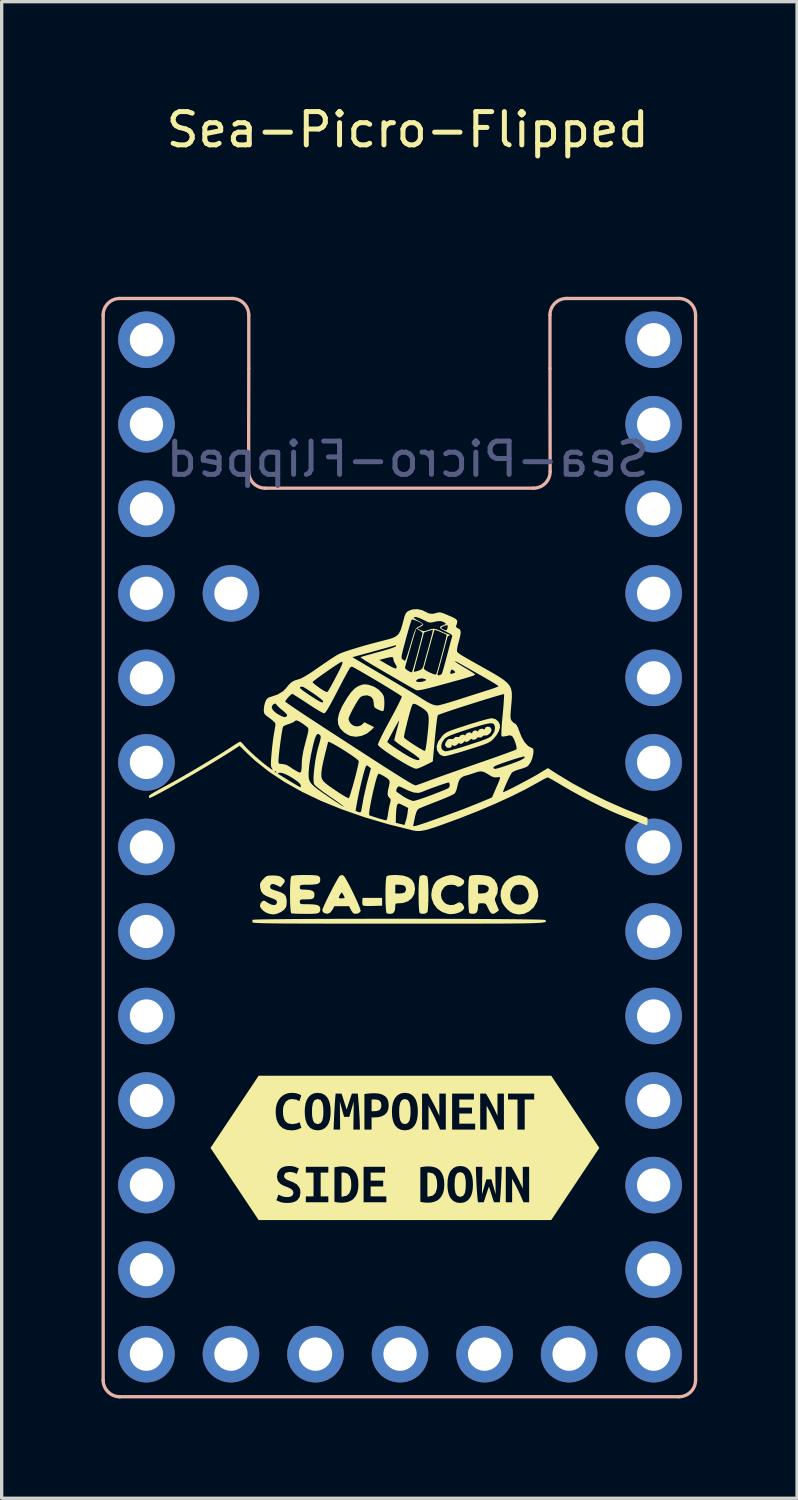
<source format=kicad_pcb>
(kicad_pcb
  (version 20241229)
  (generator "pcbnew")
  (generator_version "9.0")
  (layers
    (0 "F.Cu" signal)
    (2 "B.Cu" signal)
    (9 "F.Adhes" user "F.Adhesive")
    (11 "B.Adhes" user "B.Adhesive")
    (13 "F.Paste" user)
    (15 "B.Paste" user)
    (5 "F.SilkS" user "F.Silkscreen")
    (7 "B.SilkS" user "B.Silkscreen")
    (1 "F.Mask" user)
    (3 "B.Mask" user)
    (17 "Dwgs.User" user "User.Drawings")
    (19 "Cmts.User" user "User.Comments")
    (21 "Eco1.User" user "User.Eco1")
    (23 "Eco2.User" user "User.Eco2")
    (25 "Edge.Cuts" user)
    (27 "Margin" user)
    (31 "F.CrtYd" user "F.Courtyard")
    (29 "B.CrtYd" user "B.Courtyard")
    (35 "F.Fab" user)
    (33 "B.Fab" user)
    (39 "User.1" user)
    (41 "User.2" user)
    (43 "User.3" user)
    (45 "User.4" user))
  (footprint "Sea-Picro-Flipped"
    (layer "F.Cu")
    (at 9 22.398)
    (property "Reference" "Sea-Picro-Flipped" (at 0.2 -21.55 0) (unlocked yes) (layer "F.SilkS") (effects (font (size 1 1) (thickness 0.15))))
    (attr through_hole)
    (fp_poly (pts (xy -0.568 1.765) (xy -0.854 1.773) (xy -0.992 1.776) (xy -1.081 1.772) (xy -1.132 1.762) (xy -1.155 1.743) (xy -1.156 1.739) (xy -1.165 1.68) (xy -1.163 1.614) (xy -1.154 1.531) (xy -0.568 1.531)) (stroke (width 0) (type solid)) (fill yes) (layer "F.SilkS"))
    (fp_poly (pts (xy -0.779 7.587) (xy -0.832 7.588) (xy -0.885 7.592) (xy -0.885 7.941) (xy -0.798 7.941) (xy -0.708 7.931) (xy -0.643 7.9) (xy -0.603 7.845) (xy -0.59 7.76) (xy -0.603 7.679) (xy -0.642 7.626) (xy -0.702 7.597) (xy -0.779 7.587)) (stroke (width 0) (type solid)) (fill yes) (layer "F.SilkS"))
    (fp_poly (pts (xy -1.789 10.504) (xy -1.77 10.506) (xy -1.751 10.506) (xy -1.63 10.478) (xy -1.551 10.402) (xy -1.508 10.288) (xy -1.498 10.219) (xy -1.495 10.143) (xy -1.505 10.008) (xy -1.541 9.893) (xy -1.612 9.813) (xy -1.727 9.783) (xy -1.758 9.784) (xy -1.789 9.788) (xy -1.789 10.504)) (stroke (width 0) (type solid)) (fill yes) (layer "F.SilkS"))
    (fp_poly (pts (xy 0.792 10.504) (xy 0.811 10.506) (xy 0.83 10.506) (xy 0.951 10.478) (xy 1.03 10.402) (xy 1.073 10.288) (xy 1.083 10.219) (xy 1.086 10.143) (xy 1.076 10.008) (xy 1.039 9.893) (xy 0.969 9.813) (xy 0.854 9.783) (xy 0.823 9.784) (xy 0.792 9.788) (xy 0.792 10.504)) (stroke (width 0) (type solid)) (fill yes) (layer "F.SilkS"))
    (fp_poly (pts (xy 1.609 10.143) (xy 1.61 10.218) (xy 1.615 10.288) (xy 1.639 10.406) (xy 1.69 10.485) (xy 1.778 10.514) (xy 1.864 10.485) (xy 1.916 10.405) (xy 1.94 10.287) (xy 1.946 10.143) (xy 1.945 10.068) (xy 1.94 9.997) (xy 1.916 9.879) (xy 1.865 9.8) (xy 1.778 9.771) (xy 1.69 9.8) (xy 1.639 9.88) (xy 1.615 9.998) (xy 1.609 10.143)) (stroke (width 0) (type solid)) (fill yes) (layer "F.SilkS"))
    (fp_poly (pts (xy -2.675 7.952) (xy -2.674 8.028) (xy -2.669 8.099) (xy -2.645 8.219) (xy -2.593 8.299) (xy -2.504 8.329) (xy -2.416 8.299) (xy -2.364 8.218) (xy -2.339 8.098) (xy -2.335 8.028) (xy -2.333 7.952) (xy -2.335 7.876) (xy -2.339 7.804) (xy -2.364 7.685) (xy -2.415 7.604) (xy -2.504 7.575) (xy -2.593 7.604) (xy -2.645 7.685) (xy -2.669 7.805) (xy -2.674 7.876) (xy -2.675 7.952)) (stroke (width 0) (type solid)) (fill yes) (layer "F.SilkS"))
    (fp_poly (pts (xy -0.056 7.952) (xy -0.054 8.028) (xy -0.05 8.099) (xy -0.025 8.219) (xy 0.026 8.299) (xy 0.115 8.329) (xy 0.203 8.299) (xy 0.256 8.218) (xy 0.28 8.098) (xy 0.285 8.028) (xy 0.286 7.952) (xy 0.285 7.876) (xy 0.28 7.804) (xy 0.256 7.685) (xy 0.204 7.604) (xy 0.115 7.575) (xy 0.026 7.604) (xy -0.025 7.685) (xy -0.05 7.805) (xy -0.054 7.876) (xy -0.056 7.952)) (stroke (width 0) (type solid)) (fill yes) (layer "F.SilkS"))
    (fp_poly (pts (xy 0.708 0.847) (xy 0.774 0.878) (xy 0.791 0.9) (xy 0.802 0.949) (xy 0.811 1.047) (xy 0.818 1.182) (xy 0.821 1.345) (xy 0.822 1.428) (xy 0.82 1.601) (xy 0.815 1.751) (xy 0.807 1.868) (xy 0.797 1.941) (xy 0.791 1.957) (xy 0.739 1.999) (xy 0.657 2.012) (xy 0.566 1.994) (xy 0.566 1.994) (xy 0.552 1.961) (xy 0.541 1.88) (xy 0.533 1.764) (xy 0.529 1.622) (xy 0.527 1.468) (xy 0.527 1.31) (xy 0.531 1.162) (xy 0.538 1.034) (xy 0.548 0.938) (xy 0.56 0.884) (xy 0.564 0.878) (xy 0.629 0.847)) (stroke (width 0) (type solid)) (fill yes) (layer "F.SilkS"))
    (fp_poly (pts (xy 1.609 0.856) (xy 1.714 0.891) (xy 1.809 0.938) (xy 1.877 0.99) (xy 1.9 1.028) (xy 1.888 1.092) (xy 1.842 1.148) (xy 1.777 1.186) (xy 1.711 1.197) (xy 1.66 1.172) (xy 1.656 1.165) (xy 1.618 1.147) (xy 1.543 1.137) (xy 1.505 1.136) (xy 1.407 1.145) (xy 1.334 1.18) (xy 1.288 1.221) (xy 1.219 1.327) (xy 1.198 1.446) (xy 1.224 1.564) (xy 1.294 1.665) (xy 1.368 1.718) (xy 1.473 1.747) (xy 1.582 1.741) (xy 1.657 1.707) (xy 1.723 1.673) (xy 1.765 1.663) (xy 1.818 1.687) (xy 1.867 1.744) (xy 1.896 1.811) (xy 1.894 1.851) (xy 1.841 1.918) (xy 1.745 1.972) (xy 1.623 2.008) (xy 1.491 2.02) (xy 1.407 2.013) (xy 1.232 1.955) (xy 1.088 1.853) (xy 0.982 1.714) (xy 0.921 1.549) (xy 0.909 1.428) (xy 0.929 1.287) (xy 0.98 1.146) (xy 1.049 1.038) (xy 1.13 0.974) (xy 1.245 0.914) (xy 1.372 0.868) (xy 1.487 0.845) (xy 1.51 0.843)) (stroke (width 0) (type solid)) (fill yes) (layer "F.SilkS"))
    (fp_poly (pts (xy 3.709 0.87) (xy 3.809 0.911) (xy 3.954 1.018) (xy 4.056 1.156) (xy 4.113 1.313) (xy 4.123 1.481) (xy 4.084 1.648) (xy 3.995 1.803) (xy 3.974 1.827) (xy 3.845 1.94) (xy 3.7 2.009) (xy 3.551 2.029) (xy 3.499 2.023) (xy 3.421 2.007) (xy 3.374 1.997) (xy 3.29 1.957) (xy 3.196 1.88) (xy 3.109 1.782) (xy 3.043 1.678) (xy 3.029 1.646) (xy 2.99 1.476) (xy 2.991 1.457) (xy 3.278 1.457) (xy 3.297 1.576) (xy 3.31 1.605) (xy 3.383 1.686) (xy 3.485 1.73) (xy 3.598 1.735) (xy 3.705 1.7) (xy 3.77 1.647) (xy 3.826 1.542) (xy 3.837 1.418) (xy 3.804 1.295) (xy 3.76 1.226) (xy 3.697 1.165) (xy 3.629 1.14) (xy 3.558 1.136) (xy 3.466 1.144) (xy 3.402 1.177) (xy 3.355 1.226) (xy 3.298 1.332) (xy 3.278 1.457) (xy 2.991 1.457) (xy 3.001 1.314) (xy 3.055 1.165) (xy 3.143 1.038) (xy 3.26 0.938) (xy 3.398 0.872) (xy 3.55 0.847)) (stroke (width 0) (type solid)) (fill yes) (layer "F.SilkS"))
    (fp_poly (pts (xy 0.056 0.859) (xy 0.217 0.909) (xy 0.33 0.992) (xy 0.398 1.109) (xy 0.421 1.262) (xy 0.421 1.267) (xy 0.395 1.419) (xy 0.321 1.543) (xy 0.207 1.634) (xy 0.058 1.684) (xy -0.041 1.692) (xy -0.122 1.694) (xy -0.161 1.708) (xy -0.173 1.748) (xy -0.173 1.796) (xy -0.188 1.917) (xy -0.233 1.988) (xy -0.308 2.011) (xy -0.313 2.011) (xy -0.387 2.004) (xy -0.429 1.994) (xy -0.443 1.961) (xy -0.454 1.88) (xy -0.461 1.764) (xy -0.466 1.622) (xy -0.468 1.468) (xy -0.468 1.399) (xy -0.173 1.399) (xy -0.048 1.399) (xy 0.039 1.391) (xy 0.102 1.372) (xy 0.113 1.364) (xy 0.143 1.307) (xy 0.149 1.267) (xy 0.129 1.193) (xy 0.067 1.15) (xy -0.042 1.136) (xy -0.048 1.136) (xy -0.173 1.136) (xy -0.173 1.399) (xy -0.468 1.399) (xy -0.468 1.31) (xy -0.464 1.162) (xy -0.457 1.034) (xy -0.447 0.938) (xy -0.435 0.884) (xy -0.431 0.878) (xy -0.381 0.859) (xy -0.283 0.847) (xy -0.152 0.843)) (stroke (width 0) (type solid)) (fill yes) (layer "F.SilkS"))
    (fp_poly (pts (xy -1.732 0.859) (xy -1.699 0.896) (xy -1.649 0.977) (xy -1.587 1.089) (xy -1.517 1.224) (xy -1.444 1.37) (xy -1.374 1.518) (xy -1.31 1.658) (xy -1.259 1.779) (xy -1.225 1.872) (xy -1.213 1.925) (xy -1.214 1.93) (xy -1.256 1.979) (xy -1.329 2.008) (xy -1.406 2.007) (xy -1.417 2.003) (xy -1.458 1.967) (xy -1.502 1.9) (xy -1.51 1.883) (xy -1.56 1.78) (xy -2.002 1.78) (xy -2.061 1.889) (xy -2.131 1.976) (xy -2.215 2.01) (xy -2.308 1.988) (xy -2.317 1.983) (xy -2.358 1.935) (xy -2.366 1.902) (xy -2.352 1.855) (xy -2.315 1.767) (xy -2.261 1.649) (xy -2.205 1.532) (xy -1.871 1.532) (xy -1.845 1.542) (xy -1.784 1.545) (xy -1.783 1.545) (xy -1.721 1.542) (xy -1.695 1.532) (xy -1.695 1.532) (xy -1.707 1.49) (xy -1.736 1.432) (xy -1.766 1.384) (xy -1.783 1.37) (xy -1.806 1.393) (xy -1.837 1.445) (xy -1.863 1.501) (xy -1.871 1.532) (xy -2.205 1.532) (xy -2.195 1.513) (xy -2.122 1.367) (xy -2.047 1.222) (xy -1.976 1.089) (xy -1.913 0.977) (xy -1.865 0.897) (xy -1.835 0.86) (xy -1.834 0.859) (xy -1.764 0.846)) (stroke (width 0) (type solid)) (fill yes) (layer "F.SilkS"))
    (fp_poly (pts (xy 2.457 0.849) (xy 2.577 0.866) (xy 2.673 0.892) (xy 2.695 0.902) (xy 2.806 0.989) (xy 2.879 1.109) (xy 2.91 1.247) (xy 2.895 1.388) (xy 2.856 1.478) (xy 2.828 1.53) (xy 2.819 1.573) (xy 2.83 1.627) (xy 2.863 1.712) (xy 2.872 1.735) (xy 2.942 1.903) (xy 2.873 1.958) (xy 2.795 2.007) (xy 2.732 2.008) (xy 2.676 1.957) (xy 2.62 1.853) (xy 2.578 1.763) (xy 2.545 1.715) (xy 2.504 1.696) (xy 2.441 1.692) (xy 2.431 1.692) (xy 2.356 1.695) (xy 2.323 1.714) (xy 2.314 1.764) (xy 2.314 1.796) (xy 2.299 1.917) (xy 2.255 1.988) (xy 2.179 2.011) (xy 2.174 2.011) (xy 2.101 2.004) (xy 2.058 1.994) (xy 2.044 1.961) (xy 2.034 1.88) (xy 2.026 1.764) (xy 2.021 1.622) (xy 2.019 1.468) (xy 2.019 1.399) (xy 2.314 1.399) (xy 2.429 1.399) (xy 2.519 1.387) (xy 2.585 1.357) (xy 2.59 1.353) (xy 2.637 1.279) (xy 2.63 1.214) (xy 2.577 1.164) (xy 2.481 1.138) (xy 2.44 1.136) (xy 2.314 1.136) (xy 2.314 1.399) (xy 2.019 1.399) (xy 2.02 1.31) (xy 2.024 1.162) (xy 2.03 1.034) (xy 2.04 0.938) (xy 2.053 0.884) (xy 2.056 0.878) (xy 2.112 0.855) (xy 2.208 0.843) (xy 2.328 0.841)) (stroke (width 0) (type solid)) (fill yes) (layer "F.SilkS"))
    (fp_poly (pts (xy -0.972 -4.871) (xy -0.952 -4.866) (xy -0.807 -4.813) (xy -0.674 -4.727) (xy -0.571 -4.621) (xy -0.525 -4.542) (xy -0.509 -4.472) (xy -0.501 -4.373) (xy -0.502 -4.265) (xy -0.51 -4.167) (xy -0.525 -4.099) (xy -0.534 -4.083) (xy -0.57 -4.082) (xy -0.639 -4.105) (xy -0.686 -4.126) (xy -0.765 -4.168) (xy -0.803 -4.206) (xy -0.816 -4.261) (xy -0.817 -4.303) (xy -0.838 -4.428) (xy -0.898 -4.511) (xy -0.998 -4.551) (xy -1.046 -4.554) (xy -1.15 -4.539) (xy -1.22 -4.503) (xy -1.263 -4.451) (xy -1.321 -4.362) (xy -1.387 -4.251) (xy -1.453 -4.132) (xy -1.511 -4.017) (xy -1.555 -3.92) (xy -1.577 -3.856) (xy -1.578 -3.846) (xy -1.559 -3.782) (xy -1.514 -3.71) (xy -1.509 -3.703) (xy -1.42 -3.639) (xy -1.314 -3.62) (xy -1.212 -3.648) (xy -1.163 -3.685) (xy -1.101 -3.747) (xy -0.81 -3.6) (xy -0.894 -3.512) (xy -1.033 -3.402) (xy -1.194 -3.334) (xy -1.363 -3.31) (xy -1.524 -3.336) (xy -1.548 -3.345) (xy -1.619 -3.382) (xy -1.702 -3.436) (xy -1.716 -3.447) (xy -1.826 -3.557) (xy -1.888 -3.683) (xy -1.901 -3.831) (xy -1.866 -4.002) (xy -1.782 -4.201) (xy -1.724 -4.307) (xy -1.609 -4.497) (xy -1.507 -4.64) (xy -1.412 -4.743) (xy -1.316 -4.814) (xy -1.238 -4.851) (xy -1.148 -4.88) (xy -1.07 -4.886)) (stroke (width 0) (type solid)) (fill yes) (layer "F.SilkS"))
    (fp_poly (pts (xy -3.727 0.863) (xy -3.642 0.883) (xy -3.579 0.918) (xy -3.51 0.978) (xy -3.491 1.029) (xy -3.52 1.088) (xy -3.55 1.125) (xy -3.622 1.209) (xy -3.723 1.155) (xy -3.825 1.115) (xy -3.895 1.118) (xy -3.93 1.164) (xy -3.934 1.193) (xy -3.927 1.233) (xy -3.899 1.263) (xy -3.836 1.291) (xy -3.743 1.319) (xy -3.604 1.367) (xy -3.513 1.418) (xy -3.462 1.484) (xy -3.439 1.574) (xy -3.436 1.648) (xy -3.441 1.749) (xy -3.461 1.816) (xy -3.505 1.875) (xy -3.524 1.895) (xy -3.603 1.952) (xy -3.705 1.999) (xy -3.805 2.026) (xy -3.875 2.026) (xy -3.924 2.015) (xy -3.983 2.002) (xy -4.071 1.965) (xy -4.154 1.904) (xy -4.217 1.832) (xy -4.241 1.767) (xy -4.22 1.697) (xy -4.183 1.648) (xy -4.145 1.619) (xy -4.11 1.615) (xy -4.06 1.641) (xy -4.01 1.675) (xy -3.908 1.73) (xy -3.82 1.748) (xy -3.757 1.73) (xy -3.729 1.676) (xy -3.729 1.664) (xy -3.736 1.622) (xy -3.766 1.59) (xy -3.831 1.559) (xy -3.915 1.528) (xy -4.056 1.471) (xy -4.149 1.41) (xy -4.203 1.335) (xy -4.23 1.236) (xy -4.233 1.216) (xy -4.238 1.132) (xy -4.222 1.072) (xy -4.178 1.009) (xy -4.144 0.971) (xy -4.085 0.91) (xy -4.034 0.876) (xy -3.972 0.861) (xy -3.877 0.858) (xy -3.85 0.858)) (stroke (width 0) (type solid)) (fill yes) (layer "F.SilkS"))
    (fp_poly (pts (xy -2.708 0.845) (xy -2.585 0.851) (xy -2.504 0.865) (xy -2.457 0.889) (xy -2.434 0.927) (xy -2.427 0.981) (xy -2.427 0.994) (xy -2.437 1.055) (xy -2.475 1.096) (xy -2.549 1.121) (xy -2.665 1.133) (xy -2.79 1.136) (xy -2.911 1.136) (xy -2.986 1.141) (xy -3.024 1.152) (xy -3.039 1.173) (xy -3.041 1.208) (xy -3.041 1.209) (xy -3.036 1.253) (xy -3.012 1.274) (xy -2.953 1.281) (xy -2.897 1.282) (xy -2.749 1.292) (xy -2.653 1.324) (xy -2.607 1.377) (xy -2.602 1.411) (xy -2.607 1.492) (xy -2.631 1.541) (xy -2.684 1.566) (xy -2.779 1.574) (xy -2.839 1.575) (xy -2.945 1.576) (xy -3.006 1.582) (xy -3.033 1.599) (xy -3.041 1.63) (xy -3.041 1.648) (xy -3.039 1.684) (xy -3.023 1.706) (xy -2.982 1.717) (xy -2.905 1.721) (xy -2.809 1.721) (xy -2.647 1.726) (xy -2.535 1.741) (xy -2.466 1.77) (xy -2.433 1.816) (xy -2.427 1.861) (xy -2.431 1.919) (xy -2.45 1.96) (xy -2.491 1.988) (xy -2.564 2.003) (xy -2.676 2.01) (xy -2.836 2.012) (xy -2.879 2.011) (xy -3.025 2.009) (xy -3.151 2.006) (xy -3.245 2.001) (xy -3.294 1.995) (xy -3.297 1.994) (xy -3.311 1.961) (xy -3.321 1.88) (xy -3.329 1.764) (xy -3.334 1.622) (xy -3.336 1.468) (xy -3.335 1.31) (xy -3.331 1.162) (xy -3.325 1.034) (xy -3.315 0.938) (xy -3.302 0.884) (xy -3.299 0.878) (xy -3.252 0.861) (xy -3.151 0.85) (xy -2.994 0.844) (xy -2.88 0.843)) (stroke (width 0) (type solid)) (fill yes) (layer "F.SilkS"))
    (fp_poly (pts (xy -0.038 2.158) (xy 0.401 2.158) (xy 0.836 2.159) (xy 1.263 2.16) (xy 1.677 2.161) (xy 2.076 2.163) (xy 2.455 2.165) (xy 2.81 2.167) (xy 3.138 2.169) (xy 3.434 2.172) (xy 3.694 2.175) (xy 3.915 2.179) (xy 4.093 2.182) (xy 4.223 2.186) (xy 4.303 2.191) (xy 4.327 2.194) (xy 4.341 2.209) (xy 4.352 2.223) (xy 4.357 2.235) (xy 4.352 2.246) (xy 4.336 2.256) (xy 4.306 2.264) (xy 4.259 2.272) (xy 4.192 2.279) (xy 4.102 2.284) (xy 3.988 2.289) (xy 3.847 2.293) (xy 3.675 2.297) (xy 3.47 2.299) (xy 3.229 2.302) (xy 2.951 2.303) (xy 2.631 2.304) (xy 2.268 2.305) (xy 1.859 2.306) (xy 1.402 2.306) (xy 0.892 2.306) (xy 0.329 2.306) (xy -0.075 2.306) (xy -0.674 2.306) (xy -1.216 2.306) (xy -1.705 2.306) (xy -2.144 2.305) (xy -2.534 2.304) (xy -2.88 2.304) (xy -3.183 2.302) (xy -3.446 2.301) (xy -3.671 2.299) (xy -3.862 2.297) (xy -4.021 2.294) (xy -4.151 2.292) (xy -4.254 2.288) (xy -4.333 2.285) (xy -4.391 2.28) (xy -4.43 2.276) (xy -4.454 2.27) (xy -4.463 2.265) (xy -4.464 2.264) (xy -4.468 2.208) (xy -4.461 2.191) (xy -4.43 2.186) (xy -4.344 2.182) (xy -4.207 2.178) (xy -4.023 2.175) (xy -3.797 2.172) (xy -3.532 2.169) (xy -3.231 2.166) (xy -2.9 2.164) (xy -2.541 2.162) (xy -2.159 2.161) (xy -1.758 2.159) (xy -1.341 2.159) (xy -0.913 2.158) (xy -0.478 2.158)) (stroke (width 0) (type solid)) (fill yes) (layer "F.SilkS"))
    (fp_poly (pts (xy 2.658 -3.607) (xy 2.684 -3.59) (xy 2.72 -3.527) (xy 2.703 -3.457) (xy 2.661 -3.403) (xy 2.584 -3.351) (xy 2.531 -3.349) (xy 2.468 -3.343) (xy 2.447 -3.319) (xy 2.406 -3.288) (xy 2.357 -3.29) (xy 2.303 -3.292) (xy 2.285 -3.278) (xy 2.26 -3.245) (xy 2.207 -3.224) (xy 2.153 -3.222) (xy 2.132 -3.235) (xy 2.103 -3.247) (xy 2.074 -3.221) (xy 2.024 -3.177) (xy 1.973 -3.154) (xy 1.938 -3.158) (xy 1.934 -3.172) (xy 1.92 -3.182) (xy 1.897 -3.161) (xy 1.847 -3.116) (xy 1.795 -3.095) (xy 1.761 -3.102) (xy 1.757 -3.116) (xy 1.744 -3.129) (xy 1.72 -3.105) (xy 1.661 -3.054) (xy 1.598 -3.034) (xy 1.552 -3.05) (xy 1.549 -3.055) (xy 1.529 -3.072) (xy 1.524 -3.041) (xy 1.511 -2.998) (xy 1.497 -2.99) (xy 1.446 -2.981) (xy 1.431 -2.977) (xy 1.381 -2.984) (xy 1.356 -3.005) (xy 1.323 -3.059) (xy 1.331 -3.117) (xy 1.368 -3.184) (xy 1.417 -3.237) (xy 1.479 -3.246) (xy 1.497 -3.243) (xy 1.566 -3.243) (xy 1.595 -3.273) (xy 1.636 -3.306) (xy 1.685 -3.305) (xy 1.739 -3.303) (xy 1.758 -3.317) (xy 1.782 -3.35) (xy 1.836 -3.371) (xy 1.89 -3.373) (xy 1.911 -3.36) (xy 1.93 -3.345) (xy 1.933 -3.364) (xy 1.958 -3.404) (xy 2.013 -3.433) (xy 2.074 -3.442) (xy 2.114 -3.423) (xy 2.133 -3.404) (xy 2.138 -3.433) (xy 2.162 -3.476) (xy 2.215 -3.5) (xy 2.27 -3.496) (xy 2.291 -3.479) (xy 2.31 -3.46) (xy 2.313 -3.481) (xy 2.339 -3.522) (xy 2.395 -3.548) (xy 2.457 -3.551) (xy 2.482 -3.539) (xy 2.513 -3.528) (xy 2.519 -3.554) (xy 2.543 -3.596) (xy 2.597 -3.616)) (stroke (width 0) (type solid)) (fill yes) (layer "F.SilkS"))
    (fp_poly (pts (xy 2.836 -3.841) (xy 2.924 -3.766) (xy 2.968 -3.682) (xy 2.973 -3.59) (xy 2.938 -3.477) (xy 2.87 -3.357) (xy 2.783 -3.254) (xy 2.738 -3.21) (xy 2.693 -3.174) (xy 2.641 -3.142) (xy 2.573 -3.109) (xy 2.481 -3.074) (xy 2.357 -3.031) (xy 2.192 -2.978) (xy 2.021 -2.924) (xy 1.834 -2.866) (xy 1.661 -2.815) (xy 1.511 -2.773) (xy 1.394 -2.743) (xy 1.319 -2.728) (xy 1.302 -2.726) (xy 1.202 -2.753) (xy 1.152 -2.793) (xy 1.082 -2.906) (xy 1.07 -3.029) (xy 1.081 -3.061) (xy 1.21 -3.061) (xy 1.213 -2.974) (xy 1.252 -2.908) (xy 1.325 -2.875) (xy 1.35 -2.873) (xy 1.405 -2.882) (xy 1.505 -2.907) (xy 1.642 -2.944) (xy 1.805 -2.992) (xy 1.985 -3.048) (xy 2.045 -3.068) (xy 2.257 -3.137) (xy 2.419 -3.192) (xy 2.54 -3.238) (xy 2.626 -3.276) (xy 2.685 -3.31) (xy 2.724 -3.342) (xy 2.727 -3.345) (xy 2.801 -3.457) (xy 2.825 -3.575) (xy 2.809 -3.654) (xy 2.789 -3.689) (xy 2.755 -3.71) (xy 2.702 -3.717) (xy 2.623 -3.709) (xy 2.511 -3.684) (xy 2.361 -3.643) (xy 2.167 -3.584) (xy 1.996 -3.529) (xy 1.78 -3.459) (xy 1.614 -3.401) (xy 1.491 -3.354) (xy 1.403 -3.314) (xy 1.344 -3.279) (xy 1.316 -3.255) (xy 1.244 -3.159) (xy 1.21 -3.061) (xy 1.081 -3.061) (xy 1.116 -3.164) (xy 1.219 -3.309) (xy 1.239 -3.332) (xy 1.279 -3.374) (xy 1.319 -3.408) (xy 1.368 -3.44) (xy 1.432 -3.472) (xy 1.521 -3.507) (xy 1.643 -3.55) (xy 1.805 -3.603) (xy 1.991 -3.664) (xy 2.18 -3.723) (xy 2.355 -3.776) (xy 2.508 -3.819) (xy 2.629 -3.85) (xy 2.708 -3.866) (xy 2.728 -3.868)) (stroke (width 0) (type solid)) (fill yes) (layer "F.SilkS"))
    (fp_poly (pts (xy -3.767 6.875) (xy -3.628 7.535) (xy -3.556 7.472) (xy -3.473 7.425) (xy -3.378 7.397) (xy -3.276 7.388) (xy -3.172 7.397) (xy -3.091 7.419) (xy -3.032 7.445) (xy -2.997 7.466) (xy -3.053 7.637) (xy -3.149 7.593) (xy -3.28 7.575) (xy -3.378 7.593) (xy -3.464 7.654) (xy -3.525 7.768) (xy -3.543 7.849) (xy -3.548 7.947) (xy -3.541 8.06) (xy -3.52 8.155) (xy -2.894 7.952) (xy -2.887 7.821) (xy -2.868 7.707) (xy -2.836 7.61) (xy -2.791 7.53) (xy -2.713 7.451) (xy -2.618 7.404) (xy -2.504 7.388) (xy -2.387 7.404) (xy -2.291 7.451) (xy -2.214 7.53) (xy -2.171 7.61) (xy -2.14 7.707) (xy -2.121 7.821) (xy -1.986 7.658) (xy -1.976 7.53) (xy -1.965 7.412) (xy -1.787 7.412) (xy -1.756 7.506) (xy -1.717 7.63) (xy -1.675 7.765) (xy -1.635 7.891) (xy -1.591 7.757) (xy -1.547 7.624) (xy -1.509 7.505) (xy -1.477 7.412) (xy -1.299 7.412) (xy -1.287 7.552) (xy -1.276 7.688) (xy -1.265 7.822) (xy -1.1 8.493) (xy -1.1 7.426) (xy -1.03 7.414) (xy -0.95 7.406) (xy -0.871 7.402) (xy -0.803 7.4) (xy -0.676 7.409) (xy -0.57 7.438) (xy -0.484 7.485) (xy -0.421 7.553) (xy -0.383 7.645) (xy -0.37 7.761) (xy -0.383 7.879) (xy -0.421 7.972) (xy -0.274 7.952) (xy -0.268 7.821) (xy -0.249 7.707) (xy -0.216 7.61) (xy -0.171 7.53) (xy -0.094 7.451) (xy 0.002 7.404) (xy 0.115 7.388) (xy 0.232 7.404) (xy 0.329 7.451) (xy 0.405 7.53) (xy 0.449 7.61) (xy 0.48 7.707) (xy 0.498 7.821) (xy 0.505 7.952) (xy 0.498 8.083) (xy 0.479 8.197) (xy 0.448 8.294) (xy 0.403 8.373) (xy 0.326 8.453) (xy 0.231 8.5) (xy 0.117 8.516) (xy 0 8.5) (xy -0.097 8.453) (xy -0.174 8.373) (xy -0.218 8.294) (xy -0.249 8.197) (xy -0.268 8.083) (xy -0.274 7.952) (xy -0.421 7.972) (xy -0.485 8.042) (xy -0.572 8.09) (xy -0.679 8.119) (xy -0.809 8.128) (xy -0.885 8.128) (xy -0.885 8.493) (xy -1.1 8.493) (xy -1.265 7.822) (xy -1.257 7.954) (xy -1.249 8.087) (xy -1.243 8.22) (xy -1.239 8.355) (xy -1.235 8.493) (xy -1.432 8.493) (xy -1.422 7.653) (xy -1.554 8.111) (xy -1.711 8.111) (xy -1.839 7.653) (xy -1.83 8.493) (xy -2.027 8.493) (xy -2.022 8.358) (xy -2.016 8.217) (xy -2.01 8.074) (xy -2.003 7.933) (xy -1.995 7.793) (xy -1.986 7.658) (xy -2.121 7.821) (xy -2.115 7.952) (xy -2.121 8.083) (xy -2.14 8.197) (xy -2.172 8.294) (xy -2.216 8.373) (xy -2.293 8.453) (xy -2.388 8.5) (xy -2.502 8.516) (xy -2.619 8.5) (xy -2.716 8.453) (xy -2.793 8.373) (xy -2.837 8.294) (xy -2.869 8.197) (xy -2.887 8.083) (xy -2.894 7.952) (xy -3.52 8.155) (xy -3.485 8.23) (xy -3.401 8.304) (xy -3.276 8.329) (xy -3.137 8.31) (xy -3.049 8.271) (xy -2.995 8.441) (xy -3.118 8.492) (xy -3.202 8.51) (xy -3.297 8.516) (xy -3.437 8.5) (xy -3.554 8.451) (xy -3.646 8.369) (xy -3.699 8.288) (xy -3.737 8.191) (xy -3.759 8.079) (xy -3.767 7.952) (xy -3.758 7.825) (xy -3.73 7.713) (xy -3.686 7.616) (xy -3.628 7.535) (xy -3.767 6.875) (xy -4.279 6.875) (xy -3.632 9.671) (xy -3.559 9.624) (xy -3.47 9.596) (xy -3.365 9.587) (xy -3.273 9.592) (xy -3.194 9.609) (xy -3.071 9.659) (xy -3.133 9.823) (xy -3.228 9.781) (xy -3.349 9.764) (xy -3.476 9.795) (xy -3.518 9.886) (xy -3.501 9.94) (xy -3.457 9.982) (xy -3.397 10.014) (xy -3.33 10.039) (xy -3.226 10.082) (xy -3.127 10.143) (xy -3.052 10.24) (xy -3.03 10.305) (xy -3.023 10.385) (xy -3.047 10.518) (xy -2.861 10.676) (xy -2.861 10.5) (xy -2.629 10.5) (xy -2.629 9.786) (xy -2.861 9.786) (xy -2.861 9.611) (xy -2.185 9.611) (xy -2.185 9.786) (xy -2.415 9.786) (xy -2.415 10.5) (xy -2.185 10.5) (xy -2.001 10.664) (xy -2.001 9.625) (xy -1.865 9.604) (xy -1.746 9.599) (xy -1.646 9.607) (xy -1.554 9.63) (xy -1.474 9.67) (xy -1.407 9.727) (xy -1.353 9.802) (xy -1.313 9.896) (xy -1.288 10.009) (xy -1.28 10.143) (xy -1.289 10.28) (xy -1.317 10.395) (xy -1.361 10.489) (xy -1.419 10.564) (xy -1.491 10.621) (xy -1.575 10.66) (xy -1.67 10.682) (xy -1.773 10.69) (xy -1.884 10.684) (xy -2.001 10.664) (xy -2.185 10.5) (xy -2.185 10.676) (xy -2.861 10.676) (xy -3.047 10.518) (xy -3.12 10.617) (xy -3.196 10.662) (xy -3.294 10.689) (xy -3.415 10.698) (xy -3.534 10.691) (xy -3.626 10.67) (xy -3.745 10.617) (xy -3.683 10.445) (xy -3.572 10.497) (xy -3.501 10.515) (xy -3.415 10.521) (xy -3.326 10.51) (xy -3.27 10.479) (xy -3.242 10.434) (xy -3.234 10.383) (xy -3.253 10.325) (xy -3.301 10.279) (xy -3.367 10.243) (xy -3.439 10.213) (xy -3.539 10.174) (xy -3.632 10.117) (xy -3.702 10.032) (xy -3.73 9.905) (xy -3.705 9.772) (xy -3.632 9.671) (xy -4.279 6.875) (xy -5.725 9.043) (xy -4.279 11.211) (xy -1.125 10.676) (xy -1.125 9.611) (xy -0.48 9.611) (xy -0.48 9.786) (xy 0.58 10.664) (xy 0.58 9.625) (xy 0.716 9.604) (xy 0.835 9.599) (xy 0.935 9.607) (xy 1.027 9.63) (xy 1.107 9.67) (xy 1.174 9.727) (xy 1.227 9.802) (xy 1.267 9.896) (xy 1.293 10.009) (xy 1.394 10.143) (xy 1.4 10.013) (xy 1.419 9.901) (xy 1.451 9.806) (xy 1.495 9.727) (xy 1.572 9.649) (xy 1.666 9.602) (xy 1.778 9.587) (xy 1.893 9.602) (xy 1.988 9.649) (xy 2.063 9.727) (xy 2.106 9.806) (xy 2.256 9.878) (xy 2.251 9.742) (xy 2.247 9.611) (xy 2.443 9.611) (xy 2.442 9.714) (xy 2.44 9.821) (xy 2.438 9.929) (xy 2.436 10.037) (xy 2.435 10.143) (xy 2.433 10.247) (xy 2.432 10.346) (xy 2.431 10.439) (xy 2.467 10.318) (xy 2.504 10.189) (xy 2.538 10.072) (xy 2.562 9.988) (xy 2.717 9.988) (xy 2.738 10.069) (xy 2.768 10.175) (xy 2.804 10.301) (xy 2.842 10.439) (xy 2.842 10.346) (xy 2.841 10.247) (xy 2.839 10.143) (xy 2.837 10.038) (xy 2.836 9.93) (xy 2.834 9.822) (xy 2.833 9.714) (xy 2.832 9.611) (xy 3.028 9.611) (xy 3.023 9.744) (xy 3.018 9.88) (xy 3.012 10.018) (xy 3.006 10.155) (xy 2.998 10.291) (xy 2.99 10.425) (xy 2.979 10.554) (xy 2.968 10.676) (xy 2.793 10.676) (xy 2.755 10.563) (xy 2.717 10.443) (xy 2.679 10.321) (xy 2.641 10.205) (xy 2.602 10.318) (xy 2.562 10.44) (xy 2.522 10.563) (xy 2.486 10.676) (xy 2.311 10.676) (xy 2.298 10.554) (xy 2.287 10.424) (xy 2.277 10.29) (xy 2.269 10.154) (xy 2.262 10.017) (xy 2.256 9.878) (xy 2.106 9.806) (xy 2.137 9.901) (xy 2.155 10.013) (xy 2.161 10.143) (xy 2.155 10.272) (xy 2.136 10.384) (xy 2.105 10.48) (xy 2.061 10.558) (xy 1.986 10.636) (xy 1.892 10.683) (xy 1.779 10.698) (xy 1.664 10.683) (xy 1.569 10.636) (xy 1.493 10.558) (xy 1.45 10.48) (xy 1.419 10.384) (xy 1.4 10.272) (xy 1.394 10.143) (xy 1.293 10.009) (xy 1.301 10.143) (xy 1.292 10.28) (xy 1.264 10.395) (xy 1.22 10.489) (xy 1.162 10.564) (xy 1.09 10.621) (xy 1.006 10.66) (xy 0.911 10.682) (xy 0.807 10.69) (xy 0.696 10.684) (xy 0.58 10.664) (xy -0.48 9.786) (xy -0.913 9.786) (xy -0.913 10.026) (xy -0.536 10.026) (xy -0.536 10.201) (xy -0.913 10.201) (xy -0.913 10.5) (xy -0.442 10.5) (xy -0.442 10.676) (xy -1.125 10.676) (xy -4.279 11.211) (xy -3.767 11.211) (xy 3.679 10.676) (xy 3.629 10.558) (xy 3.577 10.44) (xy 3.521 10.322) (xy 3.463 10.205) (xy 3.402 10.087) (xy 3.338 9.969) (xy 3.338 10.676) (xy 3.147 10.676) (xy 3.147 9.611) (xy 3.317 9.611) (xy 3.366 9.69) (xy 3.414 9.775) (xy 3.461 9.864) (xy 3.507 9.952) (xy 3.551 10.038) (xy 3.592 10.122) (xy 3.628 10.199) (xy 3.658 10.266) (xy 3.658 9.611) (xy 3.849 9.611) (xy 3.849 10.676) (xy 3.679 10.676) (xy -3.767 11.211) (xy 4.001 11.211) (xy 4.513 11.211) (xy 5.958 9.043) (xy 1.172 8.493) (xy 1.121 8.373) (xy 1.068 8.254) (xy 1.012 8.134) (xy 0.953 8.015) (xy 0.891 7.895) (xy 0.826 7.775) (xy 0.826 8.493) (xy 0.632 8.493) (xy 0.632 7.412) (xy 0.805 7.412) (xy 0.854 7.492) (xy 0.903 7.579) (xy 0.951 7.669) (xy 0.998 7.758) (xy 1.042 7.846) (xy 1.083 7.931) (xy 1.12 8.009) (xy 1.151 8.078) (xy 1.151 7.412) (xy 1.345 7.412) (xy 1.535 8.493) (xy 1.535 7.412) (xy 2.19 7.412) (xy 2.19 7.59) (xy 1.75 7.59) (xy 1.75 7.833) (xy 2.132 7.833) (xy 2.132 8.011) (xy 1.75 8.011) (xy 1.75 8.315) (xy 2.228 8.315) (xy 2.228 8.493) (xy 1.535 8.493) (xy 1.345 7.412) (xy 1.345 8.493) (xy 1.172 8.493) (xy 5.958 9.043) (xy 4.513 6.875) (xy 3.091 7.412) (xy 3.091 8.493) (xy 3.499 8.493) (xy 3.499 7.59) (xy 3.215 7.59) (xy 3.215 7.412) (xy 4.001 7.412) (xy 4.001 7.59) (xy 3.716 7.59) (xy 3.716 8.493) (xy 3.499 8.493) (xy 3.091 8.493) (xy 2.918 8.493) (xy 2.868 8.373) (xy 2.814 8.254) (xy 2.758 8.134) (xy 2.699 8.015) (xy 2.637 7.895) (xy 2.572 7.775) (xy 2.572 8.493) (xy 2.378 8.493) (xy 2.378 7.412) (xy 2.551 7.412) (xy 2.6 7.492) (xy 2.649 7.579) (xy 2.697 7.669) (xy 2.744 7.758) (xy 2.789 7.846) (xy 2.83 7.931) (xy 2.866 8.009) (xy 2.897 8.078) (xy 2.897 7.412) (xy 3.091 7.412) (xy 4.513 6.875) (xy 4.001 6.875) (xy -3.767 6.875)) (stroke (width 0) (type solid)) (fill yes) (layer "F.SilkS"))
    (fp_poly (pts (xy 0.643 -7.111) (xy 0.719 -7.073) (xy 0.84 -7.015) (xy 0.952 -7.004) (xy 1.072 -7.033) (xy 1.125 -7.048) (xy 1.178 -7.047) (xy 1.247 -7.029) (xy 1.347 -6.99) (xy 1.396 -6.969) (xy 1.534 -6.909) (xy 1.624 -6.863) (xy 1.674 -6.822) (xy 1.692 -6.778) (xy 1.683 -6.721) (xy 1.655 -6.642) (xy 1.654 -6.639) (xy 1.662 -6.595) (xy 1.697 -6.576) (xy 1.754 -6.548) (xy 1.785 -6.502) (xy 1.792 -6.429) (xy 1.774 -6.32) (xy 1.737 -6.18) (xy 1.699 -6.037) (xy 1.682 -5.94) (xy 1.683 -5.88) (xy 1.69 -5.862) (xy 1.703 -5.845) (xy 1.723 -5.825) (xy 1.756 -5.801) (xy 1.808 -5.767) (xy 1.883 -5.722) (xy 1.987 -5.661) (xy 2.126 -5.582) (xy 2.305 -5.481) (xy 2.529 -5.355) (xy 2.545 -5.346) (xy 2.773 -5.217) (xy 2.953 -5.109) (xy 3.093 -5.014) (xy 3.195 -4.927) (xy 3.265 -4.84) (xy 3.308 -4.745) (xy 3.328 -4.637) (xy 3.331 -4.508) (xy 3.32 -4.351) (xy 3.311 -4.247) (xy 3.297 -4.088) (xy 3.289 -3.975) (xy 3.289 -3.899) (xy 3.296 -3.848) (xy 3.312 -3.81) (xy 3.32 -3.796) (xy 3.374 -3.737) (xy 3.423 -3.708) (xy 3.473 -3.664) (xy 3.52 -3.569) (xy 3.53 -3.538) (xy 3.617 -3.314) (xy 3.713 -3.146) (xy 3.82 -3.032) (xy 3.929 -2.974) (xy 3.965 -2.954) (xy 3.98 -2.914) (xy 3.977 -2.836) (xy 3.976 -2.819) (xy 3.948 -2.678) (xy 3.897 -2.549) (xy 3.831 -2.451) (xy 3.792 -2.417) (xy 3.729 -2.387) (xy 3.632 -2.353) (xy 3.555 -2.33) (xy 3.454 -2.298) (xy 3.371 -2.261) (xy 3.334 -2.235) (xy 3.305 -2.192) (xy 3.263 -2.115) (xy 3.214 -2.016) (xy 3.165 -1.909) (xy 3.121 -1.805) (xy 3.086 -1.718) (xy 3.068 -1.661) (xy 3.069 -1.644) (xy 3.107 -1.658) (xy 3.187 -1.695) (xy 3.299 -1.75) (xy 3.434 -1.818) (xy 3.582 -1.896) (xy 3.734 -1.976) (xy 3.881 -2.056) (xy 4.013 -2.129) (xy 4.121 -2.191) (xy 4.148 -2.208) (xy 4.413 -2.369) (xy 4.673 -2.201) (xy 5.142 -1.917) (xy 5.652 -1.64) (xy 6.187 -1.377) (xy 6.728 -1.139) (xy 7.003 -1.029) (xy 7.406 -0.873) (xy 7.406 -0.761) (xy 7.403 -0.69) (xy 7.396 -0.651) (xy 7.394 -0.649) (xy 7.359 -0.66) (xy 7.279 -0.688) (xy 7.166 -0.731) (xy 7.029 -0.783) (xy 6.88 -0.842) (xy 6.727 -0.903) (xy 6.582 -0.961) (xy 6.455 -1.014) (xy 6.356 -1.057) (xy 6.354 -1.057) (xy 6.062 -1.193) (xy 5.742 -1.351) (xy 5.417 -1.52) (xy 5.105 -1.691) (xy 4.831 -1.851) (xy 4.694 -1.933) (xy 4.574 -2.003) (xy 4.48 -2.055) (xy 4.421 -2.085) (xy 4.406 -2.09) (xy 4.37 -2.076) (xy 4.296 -2.039) (xy 4.195 -1.983) (xy 4.114 -1.937) (xy 3.734 -1.728) (xy 3.303 -1.514) (xy 2.827 -1.296) (xy 2.313 -1.078) (xy 1.767 -0.863) (xy 1.196 -0.654) (xy 1.065 -0.608) (xy 0.863 -0.542) (xy 0.702 -0.5) (xy 0.571 -0.479) (xy 0.459 -0.479) (xy 0.368 -0.494) (xy -0.224 -0.642) (xy 0.364 -0.642) (xy 0.368 -0.627) (xy 0.395 -0.624) (xy 0.453 -0.636) (xy 0.547 -0.664) (xy 0.685 -0.709) (xy 0.844 -0.764) (xy 1.043 -0.834) (xy 1.259 -0.911) (xy 1.471 -0.988) (xy 1.659 -1.057) (xy 1.731 -1.084) (xy 1.908 -1.151) (xy 2.098 -1.226) (xy 2.28 -1.298) (xy 2.428 -1.359) (xy 2.733 -1.487) (xy 2.844 -1.743) (xy 2.908 -1.891) (xy 2.95 -1.992) (xy 2.971 -2.055) (xy 2.972 -2.089) (xy 2.954 -2.1) (xy 2.918 -2.098) (xy 2.886 -2.092) (xy 2.803 -2.09) (xy 2.723 -2.118) (xy 2.664 -2.154) (xy 2.548 -2.225) (xy 2.458 -2.263) (xy 2.377 -2.271) (xy 2.285 -2.251) (xy 2.228 -2.232) (xy 2.113 -2.193) (xy 1.999 -2.158) (xy 1.945 -2.143) (xy 1.841 -2.105) (xy 1.771 -2.044) (xy 1.724 -1.949) (xy 1.696 -1.832) (xy 1.67 -1.729) (xy 1.637 -1.645) (xy 1.613 -1.607) (xy 1.571 -1.58) (xy 1.483 -1.537) (xy 1.361 -1.483) (xy 1.214 -1.422) (xy 1.083 -1.371) (xy 0.922 -1.308) (xy 0.776 -1.251) (xy 0.656 -1.202) (xy 0.572 -1.167) (xy 0.537 -1.151) (xy 0.495 -1.115) (xy 0.461 -1.049) (xy 0.429 -0.945) (xy 0.397 -0.796) (xy 0.38 -0.711) (xy 0.365 -0.645) (xy 0.364 -0.642) (xy -0.224 -0.642) (xy -0.398 -0.686) (xy -0.534 -0.726) (xy -0.159 -0.726) (xy -0.027 -0.693) (xy 0.105 -0.66) (xy 0.142 -0.779) (xy 0.171 -0.887) (xy 0.194 -1.007) (xy 0.197 -1.035) (xy 0.215 -1.171) (xy 0.066 -1.247) (xy -0.019 -1.288) (xy -0.067 -1.305) (xy -0.093 -1.297) (xy -0.113 -1.267) (xy -0.115 -1.264) (xy -0.13 -1.208) (xy -0.143 -1.112) (xy -0.151 -0.995) (xy -0.152 -0.966) (xy -0.159 -0.726) (xy -0.534 -0.726) (xy -1.117 -0.899) (xy -1.341 -0.977) (xy -0.96 -0.977) (xy -0.955 -0.953) (xy -0.923 -0.939) (xy -0.85 -0.914) (xy -0.754 -0.884) (xy -0.649 -0.852) (xy -0.552 -0.824) (xy -0.478 -0.805) (xy -0.448 -0.799) (xy -0.426 -0.824) (xy -0.407 -0.893) (xy -0.396 -0.964) (xy -0.377 -1.092) (xy -0.351 -1.226) (xy -0.337 -1.282) (xy -0.316 -1.372) (xy -0.313 -1.424) (xy -0.33 -1.458) (xy -0.353 -1.479) (xy -0.391 -1.528) (xy -0.404 -1.595) (xy -0.394 -1.693) (xy -0.147 -1.693) (xy -0.14 -1.664) (xy -0.112 -1.643) (xy -0.054 -1.601) (xy -0.027 -1.581) (xy 0.099 -1.497) (xy 0.222 -1.432) (xy 0.325 -1.391) (xy 0.376 -1.382) (xy 0.425 -1.392) (xy 0.518 -1.419) (xy 0.644 -1.461) (xy 0.793 -1.514) (xy 0.918 -1.56) (xy 1.075 -1.621) (xy 1.215 -1.676) (xy 1.328 -1.722) (xy 1.402 -1.755) (xy 1.429 -1.769) (xy 1.458 -1.819) (xy 1.465 -1.867) (xy 1.452 -1.92) (xy 1.429 -1.937) (xy 1.384 -1.927) (xy 1.298 -1.9) (xy 1.184 -1.862) (xy 1.054 -1.816) (xy 0.921 -1.768) (xy 0.799 -1.722) (xy 0.7 -1.683) (xy 0.64 -1.656) (xy 0.519 -1.622) (xy 0.375 -1.637) (xy 0.204 -1.7) (xy 0.144 -1.73) (xy 0.049 -1.776) (xy -0.029 -1.809) (xy -0.071 -1.82) (xy -0.102 -1.797) (xy -0.132 -1.746) (xy -0.147 -1.693) (xy -0.394 -1.693) (xy -0.394 -1.693) (xy -0.366 -1.81) (xy -0.345 -1.907) (xy -0.343 -1.967) (xy -0.361 -2.011) (xy -0.364 -2.015) (xy -0.407 -2.057) (xy -0.477 -2.105) (xy -0.556 -2.151) (xy -0.628 -2.186) (xy -0.676 -2.199) (xy -0.685 -2.196) (xy -0.707 -2.152) (xy -0.737 -2.062) (xy -0.772 -1.938) (xy -0.809 -1.79) (xy -0.847 -1.628) (xy -0.882 -1.463) (xy -0.914 -1.305) (xy -0.939 -1.164) (xy -0.955 -1.052) (xy -0.96 -0.977) (xy -1.341 -0.977) (xy -1.647 -1.084) (xy -1.367 -1.084) (xy -1.304 -1.059) (xy -1.243 -1.038) (xy -1.211 -1.046) (xy -1.194 -1.095) (xy -1.184 -1.154) (xy -1.119 -1.509) (xy -1.031 -1.891) (xy -0.992 -2.04) (xy -0.905 -2.361) (xy -0.969 -2.414) (xy -1.017 -2.448) (xy -1.045 -2.441) (xy -1.056 -2.424) (xy -1.077 -2.37) (xy -1.107 -2.27) (xy -1.143 -2.136) (xy -1.183 -1.979) (xy -1.223 -1.811) (xy -1.261 -1.643) (xy -1.293 -1.487) (xy -1.312 -1.39) (xy -1.367 -1.084) (xy -1.647 -1.084) (xy -1.788 -1.133) (xy -2.41 -1.386) (xy -2.982 -1.66) (xy -3.502 -1.952) (xy -3.884 -2.205) (xy -3.701 -2.205) (xy -3.697 -2.2) (xy -3.665 -2.178) (xy -3.596 -2.133) (xy -3.5 -2.074) (xy -3.39 -2.007) (xy -3.277 -1.938) (xy -3.172 -1.876) (xy -3.087 -1.826) (xy -3.033 -1.796) (xy -3.02 -1.79) (xy -3.013 -1.815) (xy -3.012 -1.849) (xy -3.037 -1.896) (xy -3.102 -1.959) (xy -3.197 -2.029) (xy -3.306 -2.099) (xy -3.42 -2.161) (xy -3.489 -2.192) (xy -2.777 -2.192) (xy -2.775 -2.101) (xy -2.763 -2.026) (xy -2.735 -1.958) (xy -2.686 -1.891) (xy -2.61 -1.817) (xy -2.501 -1.731) (xy -2.352 -1.625) (xy -2.219 -1.533) (xy -2.071 -1.433) (xy -1.939 -1.345) (xy -1.83 -1.274) (xy -1.752 -1.226) (xy -1.714 -1.206) (xy -1.712 -1.205) (xy -1.726 -1.221) (xy -1.781 -1.264) (xy -1.872 -1.329) (xy -1.99 -1.413) (xy -2.129 -1.508) (xy -2.136 -1.513) (xy -2.318 -1.64) (xy -2.46 -1.746) (xy -2.558 -1.827) (xy -2.609 -1.882) (xy -2.615 -1.892) (xy -2.628 -1.971) (xy -2.629 -2.094) (xy -2.622 -2.203) (xy -2.395 -2.203) (xy -2.395 -2.116) (xy -2.377 -2.045) (xy -2.335 -1.979) (xy -2.265 -1.91) (xy -2.158 -1.828) (xy -2.01 -1.725) (xy -1.978 -1.704) (xy -1.833 -1.607) (xy -1.712 -1.533) (xy -1.624 -1.485) (xy -1.575 -1.466) (xy -1.567 -1.468) (xy -1.551 -1.503) (xy -1.523 -1.586) (xy -1.487 -1.707) (xy -1.443 -1.855) (xy -1.399 -2.016) (xy -1.355 -2.184) (xy -1.318 -2.334) (xy -1.29 -2.457) (xy -1.274 -2.543) (xy -1.271 -2.581) (xy -1.3 -2.615) (xy -1.367 -2.669) (xy -1.462 -2.738) (xy -1.577 -2.816) (xy -1.704 -2.897) (xy -1.832 -2.977) (xy -1.953 -3.048) (xy -2.058 -3.106) (xy -2.138 -3.146) (xy -2.185 -3.16) (xy -2.193 -3.155) (xy -2.199 -3.125) (xy -2.218 -3.049) (xy -2.246 -2.939) (xy -2.278 -2.812) (xy -2.315 -2.66) (xy -2.348 -2.511) (xy -2.373 -2.384) (xy -2.384 -2.313) (xy -2.395 -2.203) (xy -2.622 -2.203) (xy -2.619 -2.251) (xy -2.599 -2.428) (xy -2.572 -2.613) (xy -2.537 -2.795) (xy -2.498 -2.961) (xy -2.486 -3.002) (xy -2.446 -3.142) (xy -2.422 -3.237) (xy -2.413 -3.298) (xy -2.418 -3.336) (xy -2.434 -3.361) (xy -2.437 -3.364) (xy -2.481 -3.395) (xy -2.52 -3.388) (xy -2.556 -3.338) (xy -2.593 -3.241) (xy -2.634 -3.092) (xy -2.642 -3.059) (xy -2.71 -2.75) (xy -2.755 -2.477) (xy -2.776 -2.248) (xy -2.777 -2.192) (xy -3.489 -2.192) (xy -3.523 -2.207) (xy -3.605 -2.229) (xy -3.619 -2.229) (xy -3.688 -2.223) (xy -3.701 -2.205) (xy -3.884 -2.205) (xy -3.969 -2.262) (xy -3.991 -2.28) (xy -3.797 -2.28) (xy -3.79 -2.263) (xy -3.761 -2.232) (xy -3.744 -2.238) (xy -3.743 -2.242) (xy -3.764 -2.267) (xy -3.777 -2.276) (xy -3.797 -2.28) (xy -3.991 -2.28) (xy -4.383 -2.59) (xy -4.611 -2.802) (xy -4.851 -3.039) (xy -5.094 -2.881) (xy -5.264 -2.774) (xy -5.458 -2.654) (xy -5.67 -2.525) (xy -5.896 -2.39) (xy -6.128 -2.253) (xy -6.361 -2.117) (xy -6.59 -1.986) (xy -6.808 -1.862) (xy -7.009 -1.749) (xy -7.189 -1.651) (xy -7.34 -1.571) (xy -7.457 -1.511) (xy -7.534 -1.477) (xy -7.561 -1.469) (xy -7.575 -1.492) (xy -7.577 -1.511) (xy -7.574 -1.528) (xy -7.563 -1.545) (xy -7.536 -1.568) (xy -7.488 -1.6) (xy -7.414 -1.644) (xy -7.306 -1.705) (xy -7.16 -1.785) (xy -6.969 -1.888) (xy -6.933 -1.908) (xy -6.747 -2.01) (xy -6.532 -2.133) (xy -6.296 -2.27) (xy -6.052 -2.414) (xy -5.81 -2.559) (xy -5.58 -2.699) (xy -5.373 -2.827) (xy -5.2 -2.937) (xy -5.115 -2.993) (xy -5.007 -3.064) (xy -4.916 -3.121) (xy -4.854 -3.157) (xy -4.832 -3.166) (xy -4.801 -3.145) (xy -4.748 -3.091) (xy -4.712 -3.048) (xy -4.64 -2.969) (xy -4.534 -2.865) (xy -4.405 -2.746) (xy -4.266 -2.624) (xy -4.129 -2.51) (xy -4.005 -2.413) (xy -3.974 -2.391) (xy -3.897 -2.337) (xy -3.86 -2.316) (xy -3.857 -2.326) (xy -3.876 -2.359) (xy -3.895 -2.394) (xy -3.907 -2.438) (xy -3.911 -2.501) (xy -3.908 -2.573) (xy -3.684 -2.573) (xy -3.679 -2.521) (xy -3.651 -2.498) (xy -3.584 -2.493) (xy -3.572 -2.493) (xy -3.449 -2.469) (xy -3.344 -2.409) (xy -3.248 -2.343) (xy -3.154 -2.286) (xy -3.078 -2.245) (xy -3.037 -2.231) (xy -3.012 -2.253) (xy -3 -2.276) (xy -2.991 -2.328) (xy -2.985 -2.418) (xy -2.983 -2.521) (xy -2.972 -2.672) (xy -2.942 -2.853) (xy -2.906 -3.008) (xy -2.857 -3.196) (xy -2.82 -3.336) (xy -2.797 -3.435) (xy -2.785 -3.503) (xy -2.785 -3.547) (xy -2.796 -3.577) (xy -2.817 -3.599) (xy -2.848 -3.624) (xy -2.862 -3.635) (xy -2.95 -3.701) (xy -3.043 -3.761) (xy -3.055 -3.767) (xy -3.122 -3.799) (xy -3.162 -3.801) (xy -3.197 -3.775) (xy -3.251 -3.741) (xy -3.336 -3.705) (xy -3.375 -3.693) (xy -3.462 -3.662) (xy -3.527 -3.628) (xy -3.543 -3.615) (xy -3.556 -3.575) (xy -3.573 -3.489) (xy -3.593 -3.368) (xy -3.614 -3.223) (xy -3.635 -3.067) (xy -3.654 -2.911) (xy -3.67 -2.767) (xy -3.68 -2.646) (xy -3.684 -2.573) (xy -3.908 -2.573) (xy -3.907 -2.594) (xy -3.898 -2.728) (xy -3.89 -2.821) (xy -3.873 -2.99) (xy -3.853 -3.163) (xy -3.832 -3.317) (xy -3.814 -3.429) (xy -3.794 -3.542) (xy -3.779 -3.636) (xy -3.773 -3.694) (xy -3.773 -3.698) (xy -3.795 -3.738) (xy -3.855 -3.797) (xy -3.939 -3.864) (xy -3.948 -3.87) (xy -4.039 -3.936) (xy -4.091 -3.984) (xy -4.116 -4.029) (xy -4.123 -4.086) (xy -4.124 -4.121) (xy -4.116 -4.194) (xy -3.885 -4.194) (xy -3.854 -4.117) (xy -3.769 -4.035) (xy -3.707 -3.993) (xy -3.593 -3.93) (xy -3.513 -3.902) (xy -3.458 -3.909) (xy -3.427 -3.935) (xy -3.422 -3.964) (xy -3.453 -4.008) (xy -3.524 -4.074) (xy -3.57 -4.111) (xy -3.653 -4.181) (xy -3.714 -4.24) (xy -3.743 -4.275) (xy -3.743 -4.279) (xy -3.764 -4.305) (xy -3.809 -4.3) (xy -3.857 -4.268) (xy -3.86 -4.264) (xy -3.885 -4.194) (xy -4.116 -4.194) (xy -4.112 -4.235) (xy -4.083 -4.349) (xy -4.077 -4.365) (xy -4.076 -4.367) (xy -3.48 -4.367) (xy -3.456 -4.346) (xy -3.388 -4.297) (xy -3.28 -4.223) (xy -3.136 -4.126) (xy -2.962 -4.009) (xy -2.762 -3.877) (xy -2.54 -3.732) (xy -2.302 -3.576) (xy -2.244 -3.538) (xy -1.827 -3.268) (xy -1.456 -3.027) (xy -1.129 -2.816) (xy -0.843 -2.63) (xy -0.594 -2.47) (xy -0.38 -2.333) (xy -0.199 -2.218) (xy -0.047 -2.122) (xy 0.079 -2.044) (xy 0.181 -1.982) (xy 0.261 -1.934) (xy 0.324 -1.899) (xy 0.371 -1.875) (xy 0.406 -1.86) (xy 0.431 -1.852) (xy 0.444 -1.85) (xy 0.476 -1.86) (xy 0.553 -1.886) (xy 0.665 -1.926) (xy 0.803 -1.977) (xy 0.883 -2.007) (xy 1.01 -2.054) (xy 1.183 -2.116) (xy 1.392 -2.191) (xy 1.628 -2.274) (xy 1.881 -2.363) (xy 1.901 -2.37) (xy 2.771 -2.37) (xy 2.806 -2.349) (xy 2.836 -2.346) (xy 2.881 -2.356) (xy 2.97 -2.381) (xy 3.09 -2.42) (xy 3.229 -2.467) (xy 3.266 -2.48) (xy 3.454 -2.548) (xy 3.588 -2.604) (xy 3.674 -2.649) (xy 3.713 -2.685) (xy 3.711 -2.714) (xy 3.709 -2.717) (xy 3.676 -2.715) (xy 3.599 -2.696) (xy 3.489 -2.664) (xy 3.357 -2.623) (xy 3.214 -2.576) (xy 3.071 -2.527) (xy 2.939 -2.479) (xy 2.847 -2.443) (xy 2.785 -2.405) (xy 2.771 -2.37) (xy 1.901 -2.37) (xy 2.141 -2.454) (xy 2.371 -2.534) (xy 2.609 -2.617) (xy 2.831 -2.694) (xy 3.028 -2.765) (xy 3.197 -2.826) (xy 3.33 -2.875) (xy 3.421 -2.91) (xy 3.464 -2.929) (xy 3.466 -2.931) (xy 3.473 -2.973) (xy 3.46 -3.05) (xy 3.432 -3.142) (xy 3.397 -3.233) (xy 3.358 -3.303) (xy 3.339 -3.326) (xy 3.297 -3.349) (xy 3.237 -3.349) (xy 3.17 -3.333) (xy 3.075 -3.316) (xy 3.022 -3.326) (xy 3.02 -3.328) (xy 3.014 -3.366) (xy 3.015 -3.455) (xy 3.022 -3.588) (xy 3.034 -3.759) (xy 3.053 -3.96) (xy 3.053 -3.964) (xy 3.07 -4.146) (xy 3.083 -4.309) (xy 3.092 -4.442) (xy 3.096 -4.538) (xy 3.095 -4.586) (xy 3.094 -4.591) (xy 3.063 -4.586) (xy 2.984 -4.566) (xy 2.865 -4.532) (xy 2.714 -4.487) (xy 2.538 -4.433) (xy 2.345 -4.373) (xy 2.142 -4.309) (xy 1.938 -4.244) (xy 1.74 -4.181) (xy 1.556 -4.12) (xy 1.394 -4.066) (xy 1.26 -4.02) (xy 1.164 -3.985) (xy 1.112 -3.963) (xy 1.106 -3.959) (xy 1.096 -3.924) (xy 1.082 -3.838) (xy 1.065 -3.712) (xy 1.047 -3.552) (xy 1.028 -3.368) (xy 1.016 -3.249) (xy 0.953 -2.566) (xy 0.734 -2.457) (xy 0.625 -2.406) (xy 0.53 -2.368) (xy 0.466 -2.348) (xy 0.456 -2.347) (xy 0.397 -2.363) (xy 0.302 -2.405) (xy 0.18 -2.47) (xy 0.04 -2.55) (xy -0.109 -2.64) (xy -0.258 -2.734) (xy -0.399 -2.828) (xy -0.522 -2.915) (xy -0.618 -2.989) (xy -0.678 -3.045) (xy -0.695 -3.072) (xy -0.683 -3.115) (xy -0.667 -3.153) (xy -0.417 -3.153) (xy -0.325 -3.079) (xy -0.264 -3.035) (xy -0.167 -2.968) (xy -0.047 -2.89) (xy 0.082 -2.807) (xy 0.25 -2.708) (xy 0.385 -2.642) (xy 0.482 -2.61) (xy 0.54 -2.613) (xy 0.556 -2.646) (xy 0.532 -2.674) (xy 0.467 -2.727) (xy 0.37 -2.798) (xy 0.248 -2.881) (xy 0.176 -2.928) (xy 0.045 -3.014) (xy -0.066 -3.092) (xy -0.149 -3.154) (xy -0.196 -3.195) (xy -0.203 -3.206) (xy -0.195 -3.248) (xy -0.186 -3.288) (xy 0.089 -3.288) (xy 0.122 -3.255) (xy 0.191 -3.203) (xy 0.285 -3.137) (xy 0.393 -3.067) (xy 0.501 -2.998) (xy 0.6 -2.94) (xy 0.675 -2.899) (xy 0.717 -2.883) (xy 0.719 -2.884) (xy 0.731 -2.914) (xy 0.747 -2.994) (xy 0.765 -3.112) (xy 0.784 -3.26) (xy 0.8 -3.402) (xy 0.82 -3.609) (xy 0.831 -3.768) (xy 0.831 -3.886) (xy 0.818 -3.974) (xy 0.79 -4.041) (xy 0.744 -4.095) (xy 0.678 -4.147) (xy 0.607 -4.194) (xy 0.494 -4.263) (xy 0.417 -4.298) (xy 0.368 -4.3) (xy 0.339 -4.272) (xy 0.331 -4.256) (xy 0.304 -4.176) (xy 0.269 -4.062) (xy 0.232 -3.925) (xy 0.193 -3.778) (xy 0.157 -3.632) (xy 0.125 -3.499) (xy 0.102 -3.389) (xy 0.089 -3.314) (xy 0.089 -3.288) (xy -0.186 -3.288) (xy -0.175 -3.331) (xy -0.147 -3.441) (xy -0.13 -3.503) (xy -0.098 -3.621) (xy -0.073 -3.718) (xy -0.059 -3.781) (xy -0.057 -3.795) (xy -0.07 -3.782) (xy -0.105 -3.726) (xy -0.157 -3.635) (xy -0.222 -3.517) (xy -0.237 -3.489) (xy -0.417 -3.153) (xy -0.667 -3.153) (xy -0.646 -3.202) (xy -0.585 -3.329) (xy -0.505 -3.487) (xy -0.407 -3.672) (xy -0.333 -3.807) (xy -0.234 -3.99) (xy -0.147 -4.156) (xy -0.073 -4.3) (xy -0.019 -4.413) (xy 0.015 -4.489) (xy 0.023 -4.521) (xy -0.004 -4.543) (xy -0.075 -4.591) (xy -0.183 -4.659) (xy -0.32 -4.744) (xy -0.48 -4.842) (xy -0.655 -4.947) (xy -0.838 -5.056) (xy -1.022 -5.164) (xy -1.201 -5.268) (xy -1.367 -5.362) (xy -1.412 -5.387) (xy -1.471 -5.416) (xy -1.507 -5.411) (xy -1.539 -5.375) (xy -1.564 -5.334) (xy -1.612 -5.248) (xy -1.678 -5.126) (xy -1.759 -4.975) (xy -1.849 -4.803) (xy -1.92 -4.666) (xy -2.031 -4.454) (xy -2.118 -4.291) (xy -2.187 -4.17) (xy -2.239 -4.087) (xy -2.277 -4.038) (xy -2.304 -4.016) (xy -2.313 -4.014) (xy -2.355 -4.03) (xy -2.436 -4.074) (xy -2.547 -4.14) (xy -2.68 -4.224) (xy -2.807 -4.307) (xy -2.949 -4.401) (xy -3.075 -4.482) (xy -3.176 -4.546) (xy -3.244 -4.587) (xy -3.271 -4.6) (xy -3.306 -4.579) (xy -3.359 -4.528) (xy -3.416 -4.464) (xy -3.462 -4.405) (xy -3.48 -4.367) (xy -4.076 -4.367) (xy -4.036 -4.444) (xy -3.983 -4.488) (xy -3.909 -4.512) (xy -3.704 -4.582) (xy -3.545 -4.678) (xy -3.461 -4.764) (xy -3.438 -4.792) (xy -3.041 -4.792) (xy -3.03 -4.768) (xy -2.987 -4.728) (xy -2.906 -4.668) (xy -2.782 -4.583) (xy -2.748 -4.56) (xy -2.596 -4.461) (xy -2.485 -4.392) (xy -2.41 -4.353) (xy -2.365 -4.341) (xy -2.343 -4.352) (xy -2.339 -4.375) (xy -2.362 -4.405) (xy -2.424 -4.46) (xy -2.517 -4.53) (xy -2.624 -4.605) (xy -2.757 -4.694) (xy -2.851 -4.755) (xy -2.913 -4.794) (xy -2.954 -4.813) (xy -2.981 -4.818) (xy -3.005 -4.813) (xy -3.026 -4.806) (xy -3.041 -4.792) (xy -3.438 -4.792) (xy -3.368 -4.877) (xy -3.289 -4.951) (xy -3.288 -4.951) (xy -2.661 -4.951) (xy -2.638 -4.924) (xy -2.578 -4.874) (xy -2.491 -4.808) (xy -2.449 -4.778) (xy -2.341 -4.706) (xy -2.269 -4.667) (xy -2.225 -4.656) (xy -2.202 -4.666) (xy -2.177 -4.704) (xy -2.131 -4.783) (xy -2.07 -4.895) (xy -1.998 -5.029) (xy -1.961 -5.1) (xy -1.874 -5.268) (xy -1.813 -5.391) (xy -1.776 -5.476) (xy -1.759 -5.529) (xy -1.76 -5.556) (xy -1.778 -5.565) (xy -1.781 -5.565) (xy -1.815 -5.549) (xy -1.886 -5.506) (xy -1.984 -5.442) (xy -2.101 -5.363) (xy -2.227 -5.276) (xy -2.352 -5.188) (xy -2.467 -5.105) (xy -2.563 -5.034) (xy -2.631 -4.981) (xy -2.66 -4.953) (xy -2.661 -4.951) (xy -3.288 -4.951) (xy -3.206 -4.998) (xy -3.105 -5.03) (xy -3.101 -5.03) (xy -3.026 -5.055) (xy -2.935 -5.099) (xy -2.82 -5.166) (xy -2.673 -5.261) (xy -2.498 -5.382) (xy -2.344 -5.488) (xy -2.195 -5.59) (xy -2.062 -5.678) (xy -2.025 -5.702) (xy -1.46 -5.702) (xy -1.366 -5.644) (xy -1.317 -5.615) (xy -1.225 -5.561) (xy -1.096 -5.485) (xy -0.939 -5.392) (xy -0.76 -5.287) (xy -0.565 -5.173) (xy -0.495 -5.132) (xy -0.286 -5.009) (xy -0.078 -4.885) (xy 0.119 -4.768) (xy 0.295 -4.661) (xy 0.441 -4.572) (xy 0.547 -4.505) (xy 0.561 -4.497) (xy 0.719 -4.397) (xy 0.84 -4.327) (xy 0.936 -4.283) (xy 1.017 -4.259) (xy 1.092 -4.251) (xy 1.144 -4.259) (xy 1.241 -4.283) (xy 1.375 -4.32) (xy 1.534 -4.368) (xy 1.711 -4.423) (xy 1.751 -4.436) (xy 1.949 -4.5) (xy 2.151 -4.565) (xy 2.342 -4.625) (xy 2.507 -4.678) (xy 2.629 -4.716) (xy 2.751 -4.756) (xy 2.849 -4.792) (xy 2.912 -4.819) (xy 2.928 -4.831) (xy 2.904 -4.852) (xy 2.836 -4.896) (xy 2.732 -4.96) (xy 2.599 -5.038) (xy 2.445 -5.127) (xy 2.394 -5.155) (xy 2.225 -5.251) (xy 2.065 -5.342) (xy 1.924 -5.422) (xy 1.812 -5.485) (xy 1.739 -5.527) (xy 1.731 -5.532) (xy 1.662 -5.568) (xy 1.624 -5.581) (xy 1.621 -5.574) (xy 1.653 -5.547) (xy 1.725 -5.499) (xy 1.826 -5.436) (xy 1.934 -5.372) (xy 2.049 -5.304) (xy 2.143 -5.245) (xy 2.205 -5.202) (xy 2.226 -5.182) (xy 2.218 -5.17) (xy 2.191 -5.155) (xy 2.14 -5.135) (xy 2.059 -5.109) (xy 1.944 -5.074) (xy 1.79 -5.03) (xy 1.591 -4.975) (xy 1.343 -4.907) (xy 1.233 -4.877) (xy 1.004 -4.815) (xy 0.824 -4.769) (xy 0.688 -4.736) (xy 0.588 -4.716) (xy 0.519 -4.707) (xy 0.473 -4.707) (xy 0.451 -4.713) (xy 0.401 -4.74) (xy 0.305 -4.793) (xy 0.167 -4.872) (xy -0.01 -4.973) (xy -0.059 -5.002) (xy 0.454 -5.002) (xy 0.458 -4.975) (xy 0.499 -4.957) (xy 0.566 -4.954) (xy 0.648 -4.967) (xy 0.694 -4.982) (xy 0.746 -5.007) (xy 0.748 -5.029) (xy 0.733 -5.04) (xy 0.647 -5.065) (xy 0.546 -5.056) (xy 0.497 -5.037) (xy 0.454 -5.002) (xy -0.059 -5.002) (xy -0.219 -5.095) (xy -0.458 -5.234) (xy -0.723 -5.389) (xy -0.885 -5.484) (xy -1.01 -5.559) (xy -1.105 -5.619) (xy -0.652 -5.619) (xy -0.406 -5.477) (xy -0.288 -5.411) (xy -0.211 -5.374) (xy -0.165 -5.361) (xy -0.14 -5.371) (xy -0.135 -5.377) (xy -0.135 -5.38) (xy 0.119 -5.38) (xy 0.142 -5.346) (xy 0.198 -5.302) (xy 0.264 -5.264) (xy 0.32 -5.245) (xy 0.324 -5.244) (xy 0.334 -5.267) (xy 0.382 -5.267) (xy 0.407 -5.264) (xy 0.47 -5.278) (xy 0.514 -5.292) (xy 0.597 -5.326) (xy 0.643 -5.368) (xy 0.649 -5.382) (xy 0.687 -5.382) (xy 0.69 -5.348) (xy 0.728 -5.312) (xy 0.808 -5.267) (xy 0.855 -5.244) (xy 0.961 -5.198) (xy 1.025 -5.18) (xy 1.056 -5.189) (xy 1.059 -5.193) (xy 1.072 -5.231) (xy 1.098 -5.317) (xy 1.133 -5.441) (xy 1.175 -5.594) (xy 1.221 -5.766) (xy 1.229 -5.796) (xy 1.275 -5.969) (xy 1.313 -6.121) (xy 1.344 -6.245) (xy 1.363 -6.331) (xy 1.37 -6.371) (xy 1.37 -6.373) (xy 1.335 -6.393) (xy 1.266 -6.425) (xy 1.182 -6.461) (xy 1.099 -6.494) (xy 1.035 -6.516) (xy 1.007 -6.522) (xy 0.996 -6.491) (xy 0.973 -6.413) (xy 0.939 -6.296) (xy 0.898 -6.149) (xy 0.852 -5.982) (xy 0.849 -5.972) (xy 0.802 -5.8) (xy 0.76 -5.646) (xy 0.725 -5.518) (xy 0.7 -5.427) (xy 0.687 -5.383) (xy 0.687 -5.382) (xy 0.649 -5.382) (xy 0.672 -5.437) (xy 0.677 -5.458) (xy 0.696 -5.528) (xy 0.727 -5.642) (xy 0.766 -5.786) (xy 0.811 -5.948) (xy 0.838 -6.047) (xy 0.88 -6.203) (xy 0.915 -6.338) (xy 0.941 -6.442) (xy 0.955 -6.506) (xy 0.957 -6.522) (xy 0.927 -6.519) (xy 0.86 -6.5) (xy 0.819 -6.487) (xy 0.69 -6.443) (xy 0.536 -5.865) (xy 0.489 -5.69) (xy 0.449 -5.534) (xy 0.416 -5.406) (xy 0.393 -5.315) (xy 0.383 -5.27) (xy 0.382 -5.267) (xy 0.334 -5.267) (xy 0.336 -5.271) (xy 0.36 -5.346) (xy 0.394 -5.461) (xy 0.435 -5.607) (xy 0.481 -5.777) (xy 0.493 -5.822) (xy 0.54 -5.998) (xy 0.581 -6.155) (xy 0.614 -6.285) (xy 0.637 -6.378) (xy 0.647 -6.425) (xy 0.647 -6.429) (xy 0.625 -6.456) (xy 0.575 -6.495) (xy 0.517 -6.532) (xy 0.471 -6.554) (xy 0.457 -6.554) (xy 0.445 -6.52) (xy 0.42 -6.441) (xy 0.385 -6.326) (xy 0.344 -6.186) (xy 0.299 -6.031) (xy 0.253 -5.873) (xy 0.21 -5.72) (xy 0.172 -5.584) (xy 0.142 -5.475) (xy 0.124 -5.403) (xy 0.119 -5.38) (xy -0.135 -5.38) (xy -0.135 -5.435) (xy -0.172 -5.497) (xy -0.214 -5.573) (xy -0.232 -5.646) (xy -0.236 -5.683) (xy -0.24 -5.687) (xy 0.016 -5.687) (xy 0.022 -5.66) (xy 0.037 -5.642) (xy 0.046 -5.635) (xy 0.097 -5.603) (xy 0.121 -5.595) (xy 0.135 -5.621) (xy 0.163 -5.695) (xy 0.2 -5.807) (xy 0.244 -5.948) (xy 0.283 -6.08) (xy 0.335 -6.256) (xy 0.374 -6.384) (xy 0.406 -6.474) (xy 0.433 -6.533) (xy 0.459 -6.572) (xy 0.49 -6.597) (xy 0.529 -6.619) (xy 0.536 -6.622) (xy 0.604 -6.66) (xy 0.642 -6.687) (xy 0.646 -6.692) (xy 0.621 -6.716) (xy 0.56 -6.751) (xy 0.481 -6.788) (xy 0.402 -6.818) (xy 0.343 -6.835) (xy 0.322 -6.833) (xy 0.307 -6.799) (xy 0.281 -6.717) (xy 0.244 -6.596) (xy 0.201 -6.445) (xy 0.153 -6.274) (xy 0.145 -6.242) (xy 0.093 -6.049) (xy 0.055 -5.905) (xy 0.031 -5.802) (xy 0.018 -5.732) (xy 0.016 -5.687) (xy -0.24 -5.687) (xy -0.255 -5.703) (xy -0.298 -5.705) (xy -0.375 -5.691) (xy -0.496 -5.661) (xy -0.536 -5.65) (xy -0.652 -5.619) (xy -1.105 -5.619) (xy -1.112 -5.623) (xy -1.184 -5.672) (xy -1.217 -5.698) (xy -1.218 -5.701) (xy -1.186 -5.713) (xy -1.107 -5.737) (xy -0.99 -5.77) (xy -0.844 -5.811) (xy -0.683 -5.855) (xy -0.503 -5.905) (xy -0.352 -5.95) (xy -0.238 -5.989) (xy -0.168 -6.018) (xy -0.149 -6.033) (xy -0.156 -6.06) (xy -0.177 -6.058) (xy -0.216 -6.046) (xy -0.303 -6.021) (xy -0.428 -5.986) (xy -0.584 -5.943) (xy -0.762 -5.894) (xy -0.839 -5.872) (xy -1.46 -5.702) (xy -2.025 -5.702) (xy -1.956 -5.746) (xy -1.895 -5.783) (xy -1.808 -5.822) (xy -1.672 -5.873) (xy -1.495 -5.931) (xy -1.286 -5.995) (xy -1.053 -6.063) (xy -0.804 -6.13) (xy -0.548 -6.196) (xy -0.502 -6.208) (xy -0.339 -6.25) (xy -0.218 -6.292) (xy -0.129 -6.344) (xy -0.064 -6.414) (xy -0.013 -6.512) (xy 0.031 -6.648) (xy 0.079 -6.832) (xy 0.08 -6.835) (xy 0.095 -6.889) (xy 0.383 -6.889) (xy 0.406 -6.865) (xy 0.467 -6.824) (xy 0.52 -6.794) (xy 0.599 -6.748) (xy 0.653 -6.707) (xy 0.667 -6.69) (xy 0.65 -6.659) (xy 0.595 -6.621) (xy 0.581 -6.614) (xy 0.486 -6.569) (xy 0.584 -6.518) (xy 0.651 -6.488) (xy 0.706 -6.483) (xy 0.776 -6.503) (xy 0.804 -6.514) (xy 0.906 -6.547) (xy 0.989 -6.556) (xy 1.074 -6.538) (xy 1.185 -6.491) (xy 1.202 -6.484) (xy 1.302 -6.438) (xy 1.392 -6.4) (xy 1.436 -6.384) (xy 1.476 -6.366) (xy 1.461 -6.358) (xy 1.46 -6.358) (xy 1.411 -6.331) (xy 1.396 -6.304) (xy 1.383 -6.26) (xy 1.359 -6.17) (xy 1.325 -6.043) (xy 1.284 -5.891) (xy 1.245 -5.744) (xy 1.2 -5.578) (xy 1.16 -5.43) (xy 1.127 -5.31) (xy 1.104 -5.228) (xy 1.094 -5.195) (xy 1.1 -5.164) (xy 1.138 -5.156) (xy 1.186 -5.169) (xy 1.225 -5.203) (xy 1.227 -5.207) (xy 1.229 -5.211) (xy 1.477 -5.211) (xy 1.507 -5.202) (xy 1.538 -5.207) (xy 1.6 -5.226) (xy 1.628 -5.245) (xy 1.616 -5.273) (xy 1.576 -5.306) (xy 1.532 -5.328) (xy 1.51 -5.326) (xy 1.496 -5.294) (xy 1.483 -5.255) (xy 1.477 -5.211) (xy 1.229 -5.211) (xy 1.243 -5.251) (xy 1.27 -5.341) (xy 1.306 -5.468) (xy 1.348 -5.622) (xy 1.388 -5.772) (xy 1.432 -5.94) (xy 1.471 -6.089) (xy 1.504 -6.211) (xy 1.528 -6.295) (xy 1.538 -6.33) (xy 1.53 -6.364) (xy 1.475 -6.406) (xy 1.377 -6.458) (xy 1.256 -6.519) (xy 1.187 -6.564) (xy 1.177 -6.58) (xy 1.208 -6.58) (xy 1.245 -6.549) (xy 1.268 -6.537) (xy 1.336 -6.509) (xy 1.371 -6.516) (xy 1.392 -6.563) (xy 1.395 -6.576) (xy 1.405 -6.641) (xy 1.386 -6.665) (xy 1.327 -6.653) (xy 1.295 -6.641) (xy 1.224 -6.608) (xy 1.208 -6.58) (xy 1.177 -6.58) (xy 1.166 -6.598) (xy 1.188 -6.626) (xy 1.244 -6.652) (xy 1.321 -6.685) (xy 1.342 -6.713) (xy 1.307 -6.744) (xy 1.259 -6.766) (xy 1.19 -6.786) (xy 1.115 -6.785) (xy 1.011 -6.765) (xy 0.924 -6.746) (xy 0.861 -6.743) (xy 0.8 -6.759) (xy 0.718 -6.799) (xy 0.679 -6.819) (xy 0.564 -6.874) (xy 0.469 -6.905) (xy 0.406 -6.911) (xy 0.383 -6.889) (xy 0.095 -6.889) (xy 0.112 -6.949) (xy 0.145 -7.021) (xy 0.187 -7.068) (xy 0.22 -7.091) (xy 0.348 -7.138) (xy 0.496 -7.144)) (stroke (width 0) (type solid)) (fill yes) (layer "F.SilkS"))
    (fp_line (start -8.95 16.02) (end -8.95 -15.98) (stroke (width 0.1) (type solid)) (layer "B.SilkS"))
    (fp_line (start -5.075 -16.48) (end -8.45 -16.48) (stroke (width 0.1) (type solid)) (layer "B.SilkS"))
    (fp_line (start -4.575 -14.38) (end -4.58 -11.28) (stroke (width 0.1) (type solid)) (layer "B.SilkS"))
    (fp_line (start -4.575 -14.38) (end -4.575 -15.98) (stroke (width 0.1) (type solid)) (layer "B.SilkS"))
    (fp_line (start 3.98 -10.78) (end -4.08 -10.78) (stroke (width 0.1) (type solid)) (layer "B.SilkS"))
    (fp_line (start 4.475 -14.38) (end 4.475 -15.98) (stroke (width 0.1) (type solid)) (layer "B.SilkS"))
    (fp_line (start 4.475 -14.38) (end 4.48 -11.28) (stroke (width 0.1) (type solid)) (layer "B.SilkS"))
    (fp_line (start 4.975 -16.48) (end 8.35 -16.48) (stroke (width 0.1) (type solid)) (layer "B.SilkS"))
    (fp_line (start 8.35 16.52) (end -8.45 16.52) (stroke (width 0.1) (type solid)) (layer "B.SilkS"))
    (fp_line (start 8.85 -15.98) (end 8.85 16.02) (stroke (width 0.1) (type solid)) (layer "B.SilkS"))
    (fp_arc (start -8.95049 -15.98) (mid -8.804046 -16.333556) (end -8.45049 -16.48) (stroke (width 0.1) (type solid)) (layer "B.SilkS"))
    (fp_arc (start -8.45049 16.52) (mid -8.80405 16.37356) (end -8.95049 16.02) (stroke (width 0.1) (type solid)) (layer "B.SilkS"))
    (fp_arc (start -5.07549 -16.48) (mid -4.721944 -16.333546) (end -4.57549 -15.98) (stroke (width 0.1) (type solid)) (layer "B.SilkS"))
    (fp_arc (start -4.08 -10.77951) (mid -4.433553 -10.925957) (end -4.58 -11.27951) (stroke (width 0.1) (type solid)) (layer "B.SilkS"))
    (fp_arc (start 4.47451 -15.98) (mid 4.620954 -16.333556) (end 4.97451 -16.48) (stroke (width 0.1) (type solid)) (layer "B.SilkS"))
    (fp_arc (start 4.48 -11.27951) (mid 4.333553 -10.925957) (end 3.98 -10.77951) (stroke (width 0.1) (type solid)) (layer "B.SilkS"))
    (fp_arc (start 8.34951 -16.48) (mid 8.703053 -16.333549) (end 8.84951 -15.98) (stroke (width 0.1) (type solid)) (layer "B.SilkS"))
    (fp_arc (start 8.84951 16.02) (mid 8.70306 16.37355) (end 8.34951 16.52) (stroke (width 0.1) (type solid)) (layer "B.SilkS"))
    (fp_text user "${REFERENCE}" (at 0.2 -11.65 0) (unlocked yes) (layer "B.Fab") (effects (font (size 1 1) (thickness 0.15)) (justify mirror)))
    (pad "1" thru_hole circle (at 7.59 -15.24) (size 1.7 1.7) (drill 1) (layers "*.Cu" "*.Mask"))
    (pad "2" thru_hole circle (at 7.59 -12.7 180) (size 1.7 1.7) (drill 1) (layers "*.Cu" "*.Mask"))
    (pad "3" thru_hole circle (at 7.59 -10.16 180) (size 1.7 1.7) (drill 1) (layers "*.Cu" "*.Mask"))
    (pad "4" thru_hole circle (at 7.59 -7.62 180) (size 1.7 1.7) (drill 1) (layers "*.Cu" "*.Mask"))
    (pad "5" thru_hole circle (at 7.59 -5.08 180) (size 1.7 1.7) (drill 1) (layers "*.Cu" "*.Mask"))
    (pad "6" thru_hole circle (at 7.59 -2.54 180) (size 1.7 1.7) (drill 1) (layers "*.Cu" "*.Mask"))
    (pad "7" thru_hole circle (at 7.59 0 180) (size 1.7 1.7) (drill 1) (layers "*.Cu" "*.Mask"))
    (pad "8" thru_hole circle (at 7.59 2.54 180) (size 1.7 1.7) (drill 1) (layers "*.Cu" "*.Mask"))
    (pad "9" thru_hole circle (at 7.59 5.08 180) (size 1.7 1.7) (drill 1) (layers "*.Cu" "*.Mask"))
    (pad "10" thru_hole circle (at 7.59 7.62 180) (size 1.7 1.7) (drill 1) (layers "*.Cu" "*.Mask"))
    (pad "11" thru_hole circle (at 7.59 10.16 180) (size 1.7 1.7) (drill 1) (layers "*.Cu" "*.Mask"))
    (pad "12" thru_hole circle (at 7.59 12.7 180) (size 1.7 1.7) (drill 1) (layers "*.Cu" "*.Mask"))
    (pad "13" thru_hole circle (at 7.59 15.24 180) (size 1.7 1.7) (drill 1) (layers "*.Cu" "*.Mask"))
    (pad "14" thru_hole circle (at 5.05 15.24 270) (size 1.7 1.7) (drill 1) (layers "*.Cu" "*.Mask"))
    (pad "15" thru_hole oval (at 2.51 15.24 270) (size 1.7 1.7) (drill 1) (layers "*.Cu" "*.Mask"))
    (pad "16" thru_hole oval (at -0.03 15.24 270) (size 1.7 1.7) (drill 1) (layers "*.Cu" "*.Mask"))
    (pad "17" thru_hole oval (at -2.57 15.24 270) (size 1.7 1.7) (drill 1) (layers "*.Cu" "*.Mask"))
    (pad "18" thru_hole oval (at -5.11 15.24 270) (size 1.7 1.7) (drill 1) (layers "*.Cu" "*.Mask"))
    (pad "19" thru_hole circle (at -7.65 15.24) (size 1.7 1.7) (drill 1) (layers "*.Cu" "*.Mask"))
    (pad "20" thru_hole circle (at -7.65 12.7) (size 1.7 1.7) (drill 1) (layers "*.Cu" "*.Mask"))
    (pad "21" thru_hole circle (at -7.65 10.16) (size 1.7 1.7) (drill 1) (layers "*.Cu" "*.Mask"))
    (pad "22" thru_hole circle (at -7.65 7.62) (size 1.7 1.7) (drill 1) (layers "*.Cu" "*.Mask"))
    (pad "23" thru_hole circle (at -7.65 5.08) (size 1.7 1.7) (drill 1) (layers "*.Cu" "*.Mask"))
    (pad "24" thru_hole circle (at -7.65 2.54) (size 1.7 1.7) (drill 1) (layers "*.Cu" "*.Mask"))
    (pad "25" thru_hole circle (at -7.65 0) (size 1.7 1.7) (drill 1) (layers "*.Cu" "*.Mask"))
    (pad "26" thru_hole circle (at -7.65 -2.54) (size 1.7 1.7) (drill 1) (layers "*.Cu" "*.Mask"))
    (pad "27" thru_hole circle (at -7.65 -5.08) (size 1.7 1.7) (drill 1) (layers "*.Cu" "*.Mask"))
    (pad "28" thru_hole circle (at -7.65 -7.62) (size 1.7 1.7) (drill 1) (layers "*.Cu" "*.Mask"))
    (pad "29" thru_hole circle (at -7.65 -10.16) (size 1.7 1.7) (drill 1) (layers "*.Cu" "*.Mask"))
    (pad "30" thru_hole circle (at -7.65 -12.7) (size 1.7 1.7) (drill 1) (layers "*.Cu" "*.Mask"))
    (pad "31" thru_hole circle (at -7.65 -15.24) (size 1.7 1.7) (drill 1) (layers "*.Cu" "*.Mask"))
    (pad "32" thru_hole circle (at -5.11 -7.62) (size 1.7 1.7) (drill 1) (layers "*.Cu" "*.Mask")))
  (gr_rect
    (start -3 -3)
    (end 20.9 41.968)
    (stroke (width 0.1) (type default))
    (fill no)
    (layer "Edge.Cuts")))
</source>
